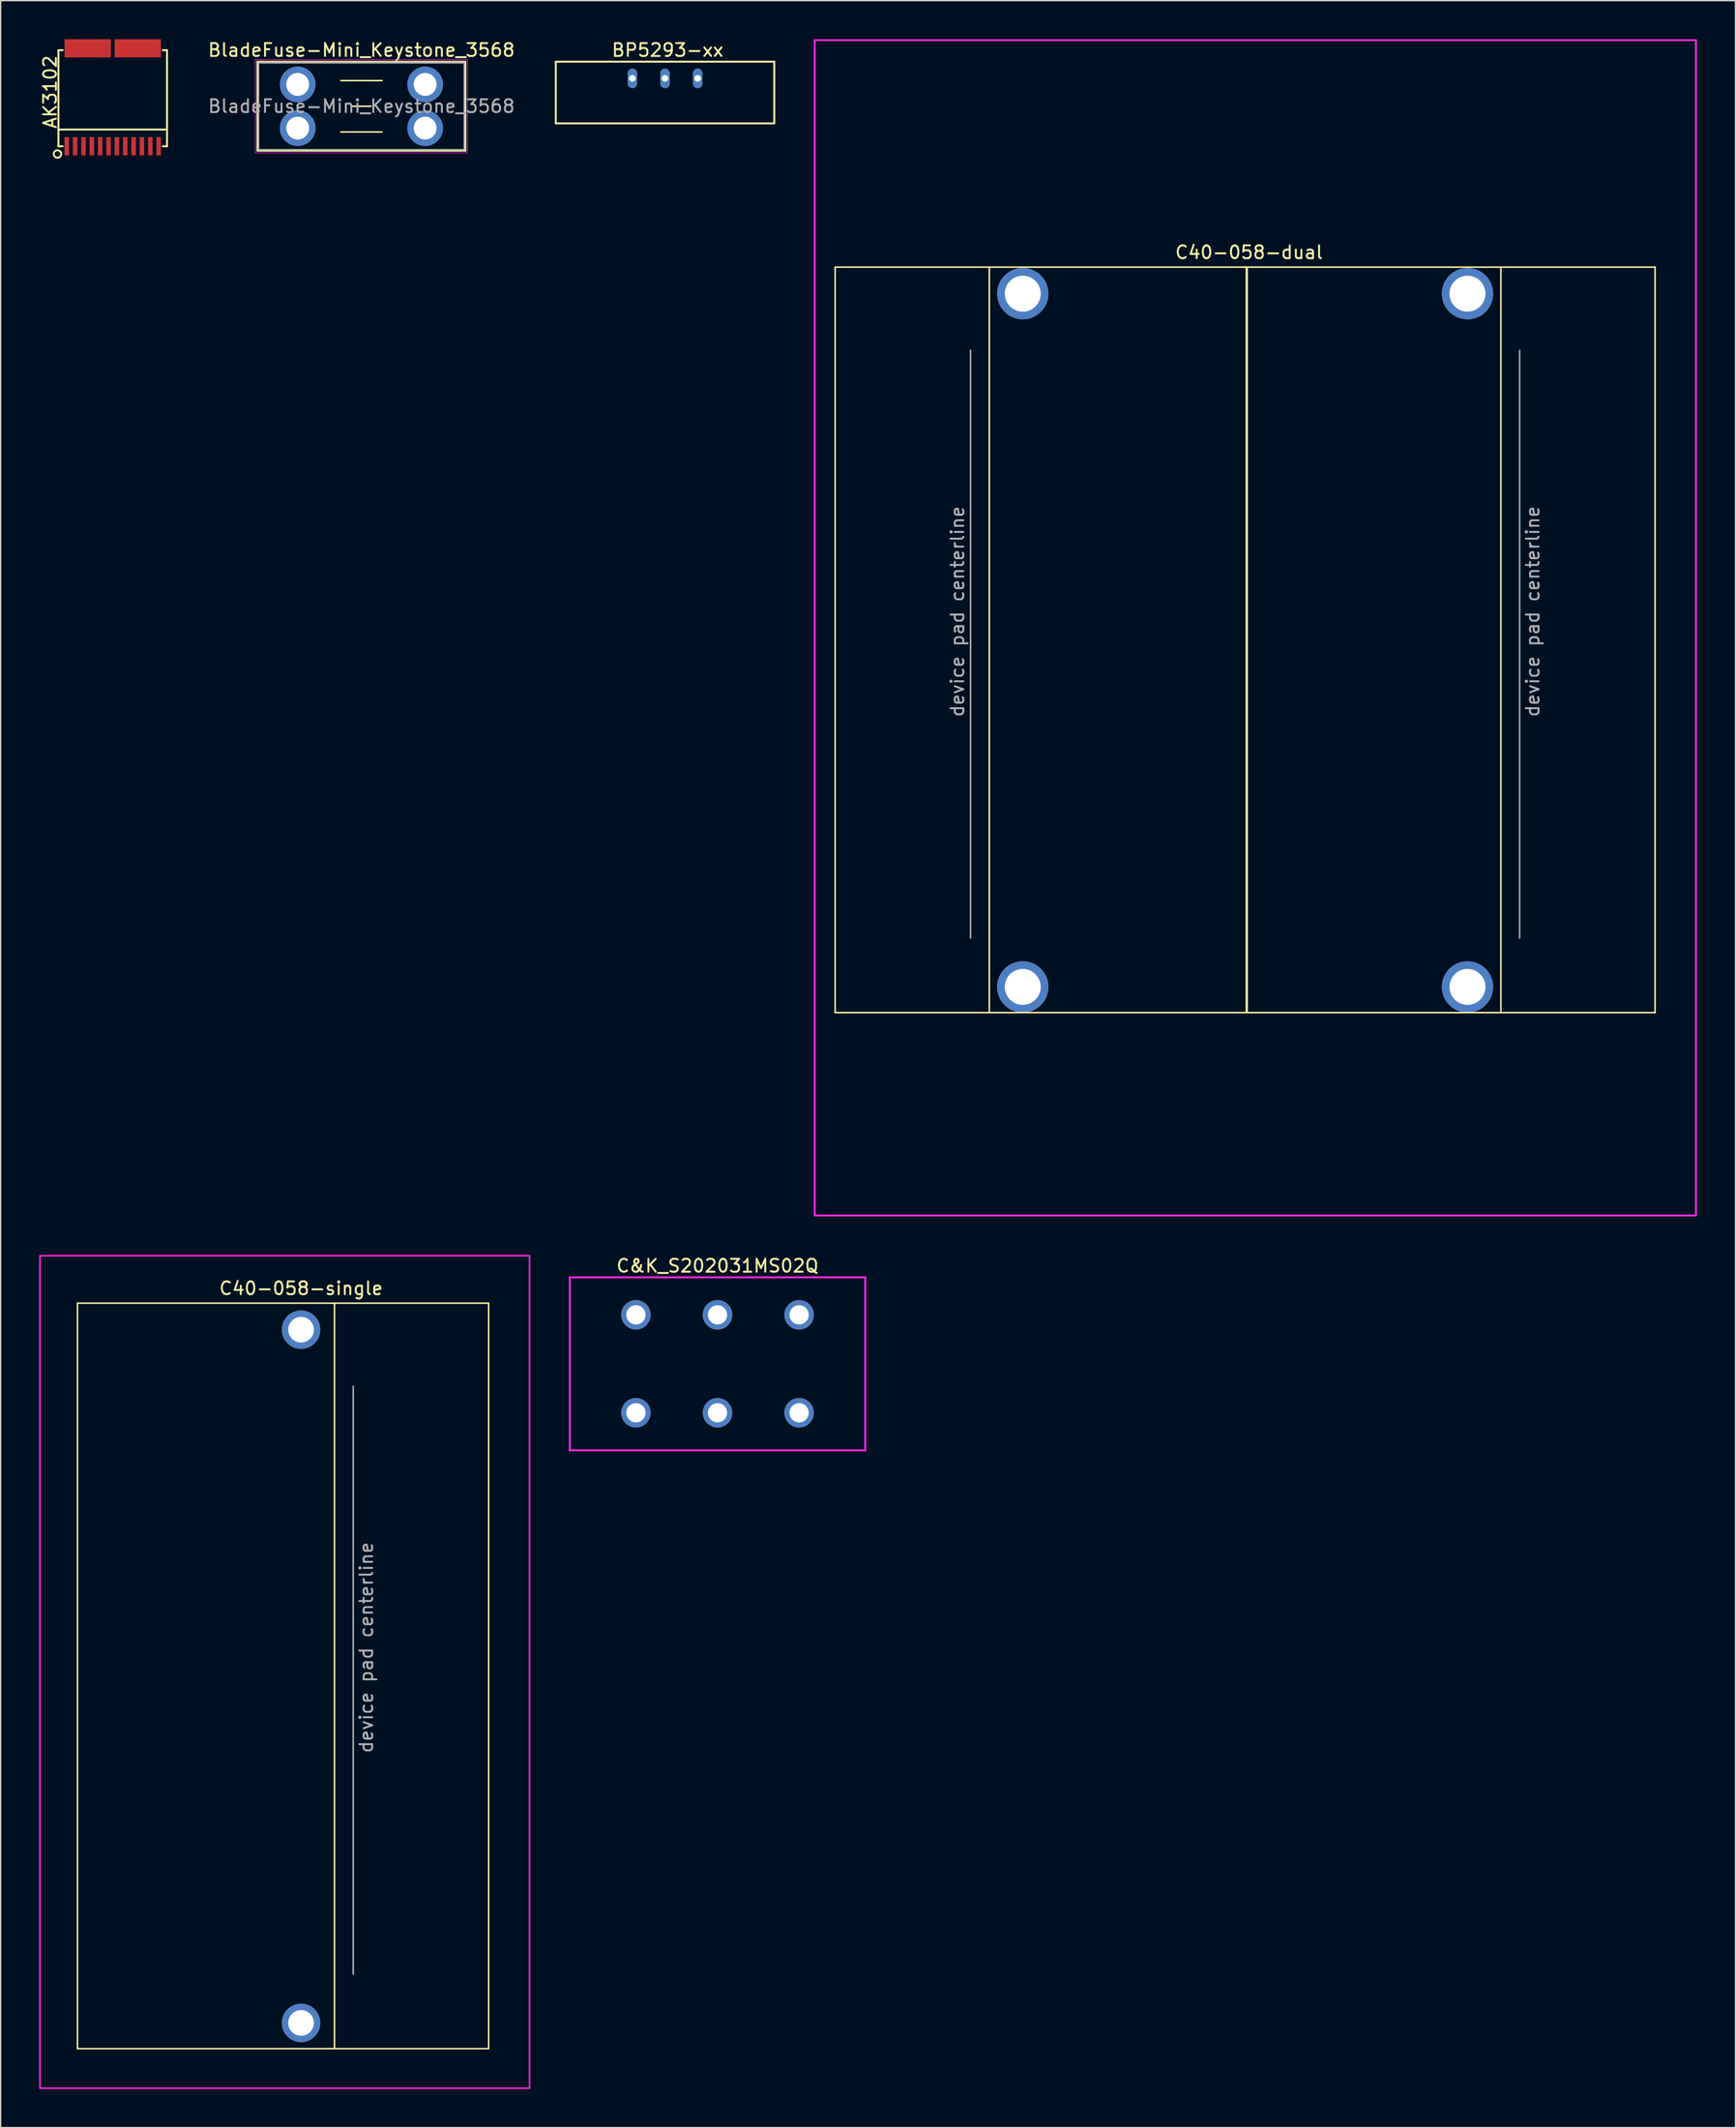
<source format=kicad_pcb>
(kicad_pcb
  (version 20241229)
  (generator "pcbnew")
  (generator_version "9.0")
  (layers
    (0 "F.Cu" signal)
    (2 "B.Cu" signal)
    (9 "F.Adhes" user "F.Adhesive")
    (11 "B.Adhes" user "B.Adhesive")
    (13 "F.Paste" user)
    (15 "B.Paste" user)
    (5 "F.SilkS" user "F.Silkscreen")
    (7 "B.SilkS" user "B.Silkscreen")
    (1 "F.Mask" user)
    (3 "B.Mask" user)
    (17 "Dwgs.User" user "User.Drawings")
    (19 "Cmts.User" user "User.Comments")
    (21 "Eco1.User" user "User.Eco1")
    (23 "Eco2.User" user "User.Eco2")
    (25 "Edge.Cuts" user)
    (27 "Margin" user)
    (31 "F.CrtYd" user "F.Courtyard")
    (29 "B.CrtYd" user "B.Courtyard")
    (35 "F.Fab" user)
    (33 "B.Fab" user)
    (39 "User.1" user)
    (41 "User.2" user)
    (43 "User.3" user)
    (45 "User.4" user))
  (footprint "AK3102"
    (layer "F.Cu")
    (at 5.723 8.33)
    (property "Reference" "AK3102" (at -4.875 -4.225 90) (layer "F.SilkS") (effects (font (size 1 1) (thickness 0.15))))
    (attr through_hole)
    (fp_line (start -4.225 -7.475) (end -4.225 0) (stroke (width 0.15) (type solid)) (layer "F.SilkS"))
    (fp_line (start -4.225 -1.3) (end 4.225 -1.3) (stroke (width 0.15) (type solid)) (layer "F.SilkS"))
    (fp_line (start -4.225 0) (end -3.9 0) (stroke (width 0.15) (type solid)) (layer "F.SilkS"))
    (fp_line (start -3.9 -7.475) (end -4.225 -7.475) (stroke (width 0.15) (type solid)) (layer "F.SilkS"))
    (fp_line (start 3.9 -7.475) (end 4.225 -7.475) (stroke (width 0.15) (type solid)) (layer "F.SilkS"))
    (fp_line (start 4.225 -7.475) (end 4.225 0) (stroke (width 0.15) (type solid)) (layer "F.SilkS"))
    (fp_line (start 4.225 0) (end 3.9 0) (stroke (width 0.15) (type solid)) (layer "F.SilkS"))
    (fp_circle (center -4.3 0.6) (end -4.15 0.85) (stroke (width 0.15) (type solid)) (fill no) (layer "F.SilkS"))
    (pad "1" smd rect (at -3.575 0) (size 0.35 1.42) (layers "F.Cu" "F.Mask" "F.Paste"))
    (pad "2" smd rect (at -2.925 0) (size 0.35 1.42) (layers "F.Cu" "F.Mask" "F.Paste"))
    (pad "3" smd rect (at -2.275 0) (size 0.35 1.42) (layers "F.Cu" "F.Mask" "F.Paste"))
    (pad "4" smd rect (at -1.625 0) (size 0.35 1.42) (layers "F.Cu" "F.Mask" "F.Paste"))
    (pad "5" smd rect (at -0.975 0) (size 0.35 1.42) (layers "F.Cu" "F.Mask" "F.Paste"))
    (pad "6" smd rect (at -0.325 0) (size 0.35 1.42) (layers "F.Cu" "F.Mask" "F.Paste"))
    (pad "7" smd rect (at 0.325 0) (size 0.35 1.42) (layers "F.Cu" "F.Mask" "F.Paste"))
    (pad "8" smd rect (at 0.975 0) (size 0.35 1.42) (layers "F.Cu" "F.Mask" "F.Paste"))
    (pad "9" smd rect (at 1.625 0) (size 0.35 1.42) (layers "F.Cu" "F.Mask" "F.Paste"))
    (pad "10" smd rect (at 2.275 0) (size 0.35 1.42) (layers "F.Cu" "F.Mask" "F.Paste"))
    (pad "11" smd rect (at 2.925 0) (size 0.35 1.42) (layers "F.Cu" "F.Mask" "F.Paste"))
    (pad "12" smd rect (at 3.575 0) (size 0.35 1.42) (layers "F.Cu" "F.Mask" "F.Paste"))
    (pad "13" smd rect (at 1.95 -7.62) (size 3.6 1.42) (layers "F.Cu" "F.Mask" "F.Paste"))
    (pad "14" smd rect (at -1.95 -7.62) (size 3.6 1.42) (layers "F.Cu" "F.Mask" "F.Paste")))
  (footprint "C40-058-dual"
    (layer "F.Cu")
    (at 111.155 73.735)
    (property "Reference" "C40-058-dual" (at -17 -57.15 0) (layer "F.SilkS") (effects (font (size 1 1) (thickness 0.15))))
    (attr through_hole)
    (fp_line (start -49.211 -56) (end -49.211 2) (stroke (width 0.12) (type solid)) (layer "F.SilkS"))
    (fp_line (start -37.211 -56) (end -37.211 2) (stroke (width 0.12) (type solid)) (layer "F.SilkS"))
    (fp_line (start -17.4 -56) (end 14.6 -56) (stroke (width 0.12) (type solid)) (layer "F.SilkS"))
    (fp_line (start -17.4 2) (end 14.6 2) (stroke (width 0.12) (type solid)) (layer "F.SilkS"))
    (fp_line (start -17.211 -56) (end -49.211 -56) (stroke (width 0.12) (type solid)) (layer "F.SilkS"))
    (fp_line (start -17.211 -56) (end -17.211 2) (stroke (width 0.12) (type solid)) (layer "F.SilkS"))
    (fp_line (start -17.211 2) (end -49.211 2) (stroke (width 0.12) (type solid)) (layer "F.SilkS"))
    (fp_line (start -17.146 -56) (end -17.146 2) (stroke (width 0.12) (type solid)) (layer "F.SilkS"))
    (fp_line (start 2.6 -56) (end 2.6 2) (stroke (width 0.12) (type solid)) (layer "F.SilkS"))
    (fp_line (start 14.6 -56) (end 14.6 2) (stroke (width 0.12) (type solid)) (layer "F.SilkS"))
    (fp_line (start -50.8 -73.66) (end 17.78 -73.66) (stroke (width 0.15) (type solid)) (layer "F.CrtYd"))
    (fp_line (start -50.8 17.78) (end -50.8 -73.66) (stroke (width 0.15) (type solid)) (layer "F.CrtYd"))
    (fp_line (start 17.78 -73.66) (end 17.78 17.78) (stroke (width 0.15) (type solid)) (layer "F.CrtYd"))
    (fp_line (start 17.78 17.78) (end -50.8 17.78) (stroke (width 0.15) (type solid)) (layer "F.CrtYd"))
    (fp_line (start -38.671 -49.53) (end -38.671 -3.81) (stroke (width 0.12) (type solid)) (layer "F.Fab"))
    (fp_line (start 4.06 -49.53) (end 4.06 -3.81) (stroke (width 0.12) (type solid)) (layer "F.Fab"))
    (fp_text user "device pad centerline" (at -39.691 -29.21 90) (layer "F.Fab") (effects (font (size 1 1) (thickness 0.15))))
    (fp_text user "device pad centerline" (at 5.08 -29.21 90) (layer "F.Fab") (effects (font (size 1 1) (thickness 0.15))))
    (pad "1" thru_hole circle (at -34.611 -53.936) (size 4 4) (drill 2.8) (layers "*.Cu" "*.Mask"))
    (pad "1" thru_hole circle (at -34.611 0) (size 4 4) (drill 2.8) (layers "*.Cu" "*.Mask"))
    (pad "1" thru_hole circle (at 0 -53.936) (size 4 4) (drill 2.8) (layers "*.Cu" "*.Mask"))
    (pad "1" thru_hole circle (at 0 0) (size 4 4) (drill 2.8) (layers "*.Cu" "*.Mask")))
  (footprint "BP5293-xx"
    (layer "F.Cu")
    (at 48.705 3.048)
    (property "Reference" "BP5293-xx" (at 0.2 -2.2 0) (layer "F.SilkS") (effects (font (size 1 1) (thickness 0.15))))
    (attr through_hole)
    (fp_line (start -8.5 -1.3) (end -8.5 3.5) (stroke (width 0.15) (type solid)) (layer "F.SilkS"))
    (fp_line (start -8.5 -1.3) (end 8.5 -1.3) (stroke (width 0.15) (type solid)) (layer "F.SilkS"))
    (fp_line (start -8.5 3.5) (end 8.5 3.5) (stroke (width 0.15) (type solid)) (layer "F.SilkS"))
    (fp_line (start 8.5 -1.3) (end 8.5 3.5) (stroke (width 0.15) (type solid)) (layer "F.SilkS"))
    (pad "1" thru_hole oval (at -2.54 0) (size 0.75 1.524) (drill 0.525) (layers "*.Cu" "*.Mask"))
    (pad "2" thru_hole oval (at 0 0) (size 0.75 1.524) (drill 0.525) (layers "*.Cu" "*.Mask"))
    (pad "3" thru_hole oval (at 2.54 0) (size 0.75 1.524) (drill 0.525) (layers "*.Cu" "*.Mask")))
  (footprint "C&K_S202031MS02Q"
    (layer "F.Cu")
    (at 52.79 103.058)
    (property "Reference" "C&K_S202031MS02Q" (at 0 -7.62 0) (layer "F.SilkS") (effects (font (size 1 1) (thickness 0.15))))
    (attr through_hole)
    (fp_line (start -11.495 -6.73) (end -11.495 6.73) (stroke (width 0.15) (type solid)) (layer "F.CrtYd"))
    (fp_line (start -11.495 6.73) (end 11.495 6.73) (stroke (width 0.15) (type solid)) (layer "F.CrtYd"))
    (fp_line (start 11.495 -6.73) (end -11.495 -6.73) (stroke (width 0.15) (type solid)) (layer "F.CrtYd"))
    (fp_line (start 11.495 6.73) (end 11.495 -6.73) (stroke (width 0.15) (type solid)) (layer "F.CrtYd"))
    (pad "1" thru_hole circle (at -6.35 3.81) (size 2.3 2.3) (drill 1.5) (layers "*.Cu" "*.Mask"))
    (pad "2" thru_hole circle (at 0 3.81) (size 2.3 2.3) (drill 1.5) (layers "*.Cu" "*.Mask"))
    (pad "3" thru_hole circle (at 6.35 3.81) (size 2.3 2.3) (drill 1.5) (layers "*.Cu" "*.Mask"))
    (pad "4" thru_hole circle (at -6.35 -3.81) (size 2.3 2.3) (drill 1.5) (layers "*.Cu" "*.Mask"))
    (pad "5" thru_hole circle (at 0 -3.81) (size 2.3 2.3) (drill 1.5) (layers "*.Cu" "*.Mask"))
    (pad "6" thru_hole circle (at 6.35 -3.81) (size 2.3 2.3) (drill 1.5) (layers "*.Cu" "*.Mask")))
  (footprint "BladeFuse-Mini_Keystone_3568"
    (layer "F.Cu")
    (at 20.117 3.518)
    (property "Reference" "BladeFuse-Mini_Keystone_3568" (at 4.96 -2.67 0) (layer "F.SilkS") (effects (font (size 1 1) (thickness 0.15))))
    (attr through_hole)
    (fp_line (start -3.14 -1.77) (end -3.14 5.17) (stroke (width 0.12) (type solid)) (layer "F.SilkS"))
    (fp_line (start -3.14 5.17) (end 13.06 5.17) (stroke (width 0.12) (type solid)) (layer "F.SilkS"))
    (fp_line (start 3.36 -0.3) (end 6.56 -0.3) (stroke (width 0.12) (type solid)) (layer "F.SilkS"))
    (fp_line (start 4.21 1.7) (end 5.71 1.7) (stroke (width 0.12) (type solid)) (layer "F.SilkS"))
    (fp_line (start 6.56 3.7) (end 3.36 3.7) (stroke (width 0.12) (type solid)) (layer "F.SilkS"))
    (fp_line (start 13.06 -1.77) (end -3.14 -1.77) (stroke (width 0.12) (type solid)) (layer "F.SilkS"))
    (fp_line (start 13.06 5.17) (end 13.06 -1.77) (stroke (width 0.12) (type solid)) (layer "F.SilkS"))
    (fp_line (start -3.29 -1.92) (end -3.29 5.32) (stroke (width 0.05) (type solid)) (layer "F.CrtYd"))
    (fp_line (start -3.29 5.32) (end 13.21 5.32) (stroke (width 0.05) (type solid)) (layer "F.CrtYd"))
    (fp_line (start 13.21 -1.92) (end -3.29 -1.92) (stroke (width 0.05) (type solid)) (layer "F.CrtYd"))
    (fp_line (start 13.21 5.32) (end 13.21 -1.92) (stroke (width 0.05) (type solid)) (layer "F.CrtYd"))
    (fp_line (start -3.04 -1.67) (end -3.04 5.07) (stroke (width 0.1) (type solid)) (layer "F.Fab"))
    (fp_line (start -3.04 5.07) (end 12.96 5.07) (stroke (width 0.1) (type solid)) (layer "F.Fab"))
    (fp_line (start 12.96 -1.67) (end -3.04 -1.67) (stroke (width 0.1) (type solid)) (layer "F.Fab"))
    (fp_line (start 12.96 5.07) (end 12.96 -1.67) (stroke (width 0.1) (type solid)) (layer "F.Fab"))
    (fp_text user "${REFERENCE}" (at 4.96 1.7 0) (layer "F.Fab") (effects (font (size 1 1) (thickness 0.15))))
    (pad "1" thru_hole circle (at 0 0) (size 2.78 2.78) (drill 1.78) (layers "*.Cu" "*.Mask"))
    (pad "1" thru_hole circle (at 0 3.4) (size 2.78 2.78) (drill 1.78) (layers "*.Cu" "*.Mask"))
    (pad "2" thru_hole circle (at 9.92 0) (size 2.78 2.78) (drill 1.78) (layers "*.Cu" "*.Mask"))
    (pad "2" thru_hole circle (at 9.92 3.4) (size 2.78 2.78) (drill 1.78) (layers "*.Cu" "*.Mask")))
  (footprint "C40-058-single"
    (layer "F.Cu")
    (at 20.38 154.34)
    (property "Reference" "C40-058-single" (at 0 -57.15 0) (layer "F.SilkS") (effects (font (size 1 1) (thickness 0.15))))
    (attr through_hole)
    (fp_line (start -17.4 -56) (end -17.4 2) (stroke (width 0.12) (type solid)) (layer "F.SilkS"))
    (fp_line (start -17.4 -56) (end 14.6 -56) (stroke (width 0.12) (type solid)) (layer "F.SilkS"))
    (fp_line (start -17.4 2) (end 14.6 2) (stroke (width 0.12) (type solid)) (layer "F.SilkS"))
    (fp_line (start 2.6 -56) (end 2.6 2) (stroke (width 0.12) (type solid)) (layer "F.SilkS"))
    (fp_line (start 14.6 -56) (end 14.6 2) (stroke (width 0.12) (type solid)) (layer "F.SilkS"))
    (fp_line (start -20.32 -59.69) (end 17.78 -59.69) (stroke (width 0.12) (type solid)) (layer "F.CrtYd"))
    (fp_line (start -20.32 5.08) (end -20.32 -59.69) (stroke (width 0.12) (type solid)) (layer "F.CrtYd"))
    (fp_line (start 17.78 -59.69) (end 17.78 5.08) (stroke (width 0.12) (type solid)) (layer "F.CrtYd"))
    (fp_line (start 17.78 5.08) (end -20.32 5.08) (stroke (width 0.12) (type solid)) (layer "F.CrtYd"))
    (fp_line (start 4.06 -49.53) (end 4.06 -3.81) (stroke (width 0.12) (type solid)) (layer "F.Fab"))
    (fp_text user "device pad centerline" (at 5.08 -29.21 90) (layer "F.Fab") (effects (font (size 1 1) (thickness 0.15))))
    (pad "1" thru_hole circle (at 0 -53.936) (size 3 3) (drill 2) (layers "*.Cu" "*.Mask"))
    (pad "1" thru_hole circle (at 0 0) (size 3 3) (drill 2) (layers "*.Cu" "*.Mask")))
  (gr_rect
    (start -3 -3)
    (end 132.01 162.48)
    (stroke (width 0.1) (type default))
    (fill no)
    (layer "Edge.Cuts")))
</source>
